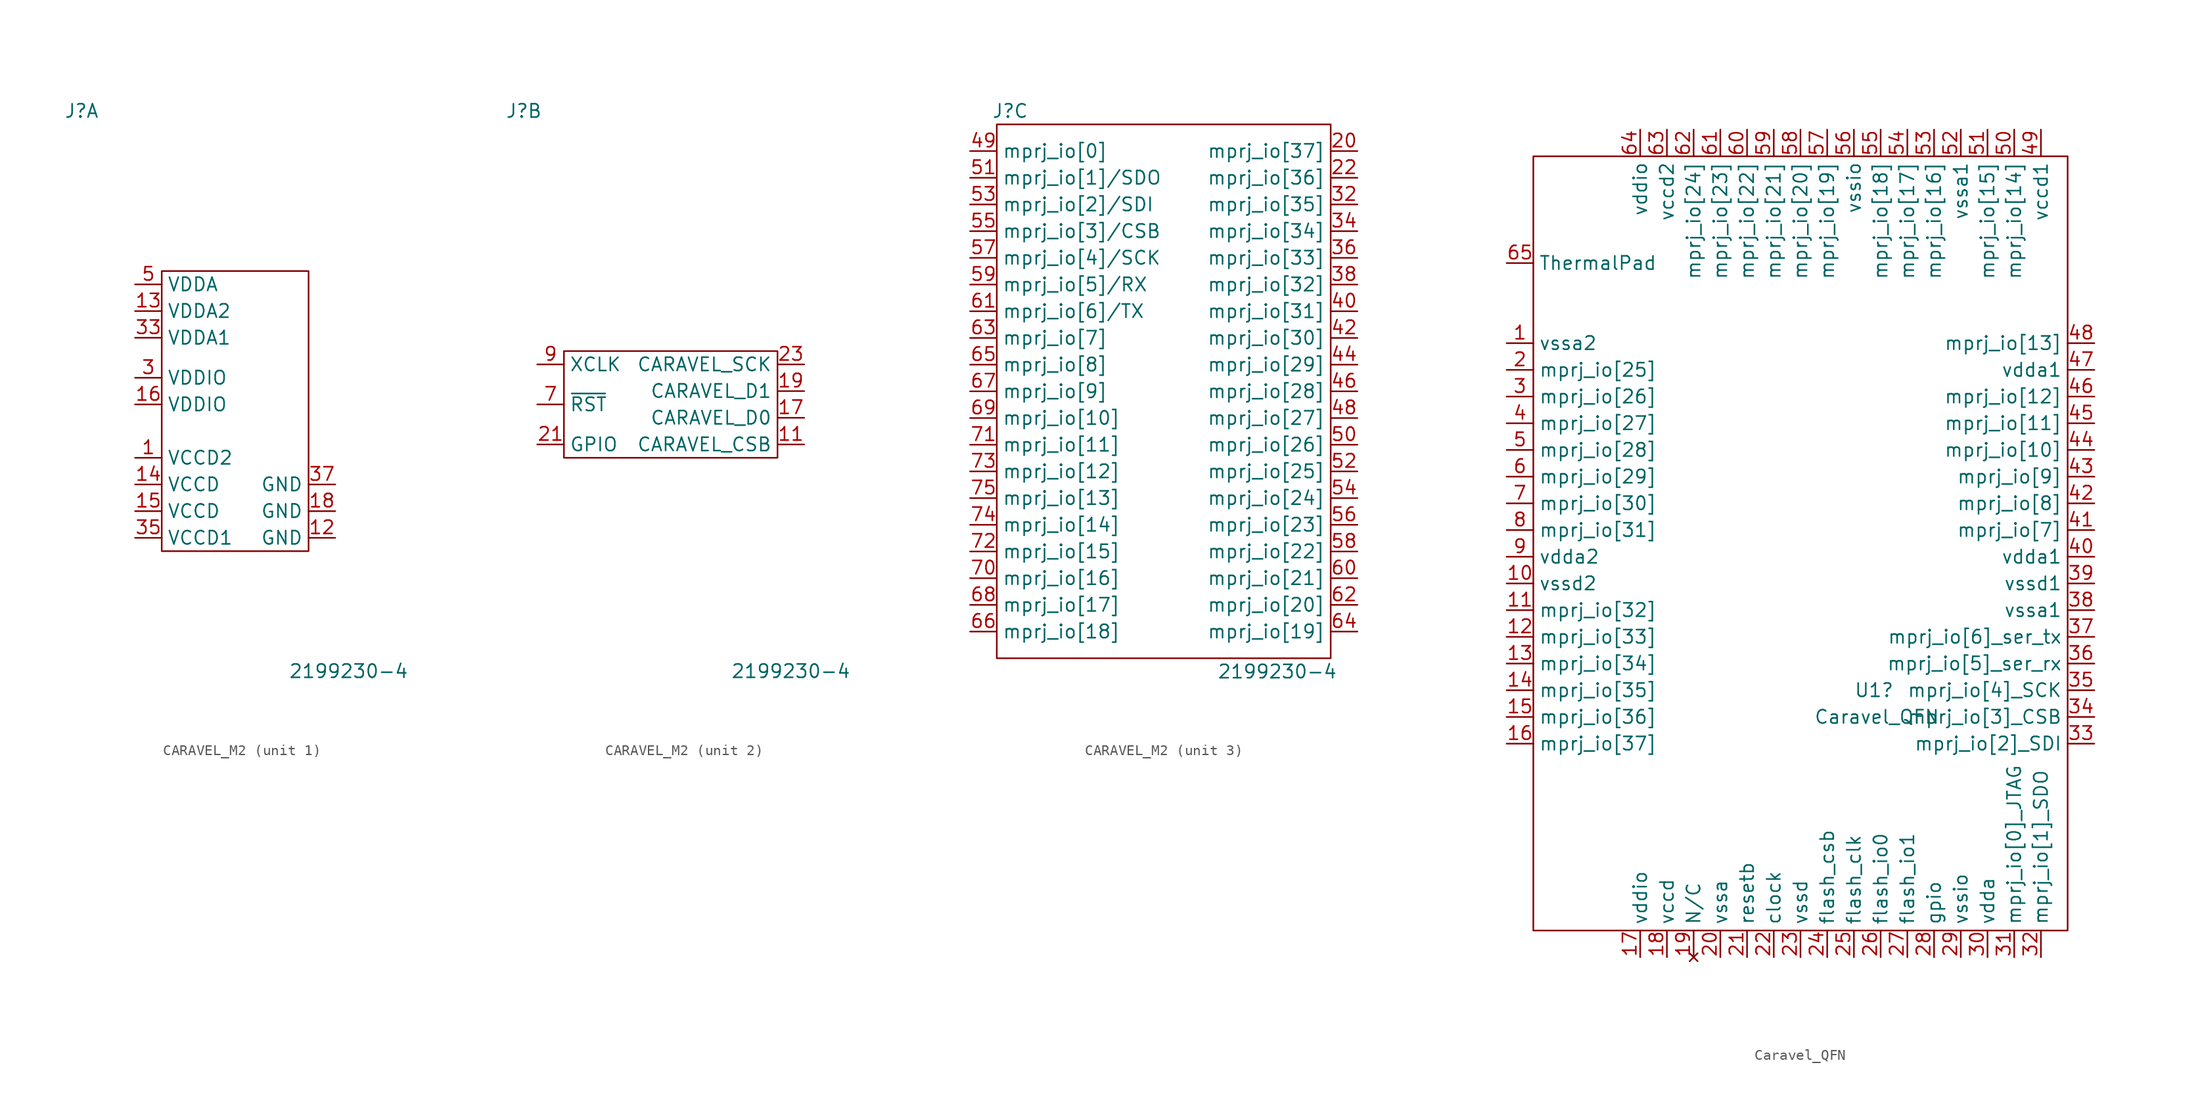
<source format=kicad_sym>
(kicad_symbol_lib
  (version 20241209)
  (generator "kicad_symbol_editor")
  (generator_version "9.0")
  (symbol "CARAVEL_M2"
    (property "Reference" "J"
      (at -15.24 25.4 0)
      (effects (font (size 1.27 1.27))))
    (property "Value" "2199230-4"
      (at 10.16 -27.94 0)
      (effects (font (size 1.27 1.27))))
    (property "ki_locked" ""
      (at 0 0 0)
      (effects (font (size 1.27 1.27))))
    (symbol "CARAVEL_M2_1_1"
      (rectangle (start -7.62 10.16) (end 6.35 -16.51) (stroke (width 0) (type default)) (fill (type none)))
      (pin power_in line (at -10.16 8.89 0) (length 2.54) (name "VDDA" (effects (font (size 1.27 1.27)))) (number "5" (effects (font (size 1.27 1.27)))))
      (pin power_in line (at -10.16 6.35 0) (length 2.54) (name "VDDA2" (effects (font (size 1.27 1.27)))) (number "13" (effects (font (size 1.27 1.27)))))
      (pin power_in line (at -10.16 3.81 0) (length 2.54) (name "VDDA1" (effects (font (size 1.27 1.27)))) (number "33" (effects (font (size 1.27 1.27)))))
      (pin power_in line (at -10.16 0 0) (length 2.54) (name "VDDIO" (effects (font (size 1.27 1.27)))) (number "3" (effects (font (size 1.27 1.27)))))
      (pin power_in line (at -10.16 -2.54 0) (length 2.54) (name "VDDIO" (effects (font (size 1.27 1.27)))) (number "16" (effects (font (size 1.27 1.27)))))
      (pin power_in line (at -10.16 -7.62 0) (length 2.54) (name "VCCD2" (effects (font (size 1.27 1.27)))) (number "1" (effects (font (size 1.27 1.27)))))
      (pin power_in line (at -10.16 -10.16 0) (length 2.54) (name "VCCD" (effects (font (size 1.27 1.27)))) (number "14" (effects (font (size 1.27 1.27)))))
      (pin power_in line (at -10.16 -12.7 0) (length 2.54) (name "VCCD" (effects (font (size 1.27 1.27)))) (number "15" (effects (font (size 1.27 1.27)))))
      (pin power_in line (at -10.16 -15.24 0) (length 2.54) (name "VCCD1" (effects (font (size 1.27 1.27)))) (number "35" (effects (font (size 1.27 1.27)))))
      (pin power_in line (at 8.89 -10.16 180) (length 2.54) (name "GND" (effects (font (size 1.27 1.27)))) (number "37" (effects (font (size 1.27 1.27)))))
      (pin power_in line (at 8.89 -12.7 180) (length 2.54) (name "GND" (effects (font (size 1.27 1.27)))) (number "18" (effects (font (size 1.27 1.27)))))
      (pin power_in line (at 8.89 -15.24 180) (length 2.54) (name "GND" (effects (font (size 1.27 1.27)))) (number "12" (effects (font (size 1.27 1.27))))))
    (symbol "CARAVEL_M2_2_1"
      (rectangle (start -11.43 2.54) (end 8.89 -7.62) (stroke (width 0) (type default)) (fill (type none)))
      (pin input line (at -13.97 1.27 0) (length 2.54) (name "XCLK" (effects (font (size 1.27 1.27)))) (number "9" (effects (font (size 1.27 1.27)))))
      (pin input line (at -13.97 -2.54 0) (length 2.54) (name "~{RST}" (effects (font (size 1.27 1.27)))) (number "7" (effects (font (size 1.27 1.27)))))
      (pin input line (at -13.97 -6.35 0) (length 2.54) (name "GPIO" (effects (font (size 1.27 1.27)))) (number "21" (effects (font (size 1.27 1.27)))))
      (pin input line (at 11.43 1.27 180) (length 2.54) (name "CARAVEL_SCK" (effects (font (size 1.27 1.27)))) (number "23" (effects (font (size 1.27 1.27)))))
      (pin bidirectional line (at 11.43 -1.27 180) (length 2.54) (name "CARAVEL_D1" (effects (font (size 1.27 1.27)))) (number "19" (effects (font (size 1.27 1.27)))))
      (pin bidirectional line (at 11.43 -3.81 180) (length 2.54) (name "CARAVEL_D0" (effects (font (size 1.27 1.27)))) (number "17" (effects (font (size 1.27 1.27)))))
      (pin input line (at 11.43 -6.35 180) (length 2.54) (name "CARAVEL_CSB" (effects (font (size 1.27 1.27)))) (number "11" (effects (font (size 1.27 1.27))))))
    (symbol "CARAVEL_M2_3_1"
      (rectangle (start -16.51 24.13) (end 15.24 -26.67) (stroke (width 0) (type default)) (fill (type none)))
      (pin bidirectional line (at -19.05 21.59 0) (length 2.54) (name "mprj_io[0]" (effects (font (size 1.27 1.27)))) (number "49" (effects (font (size 1.27 1.27)))))
      (pin bidirectional line (at -19.05 19.05 0) (length 2.54) (name "mprj_io[1]/SDO" (effects (font (size 1.27 1.27)))) (number "51" (effects (font (size 1.27 1.27)))))
      (pin bidirectional line (at -19.05 16.51 0) (length 2.54) (name "mprj_io[2]/SDI" (effects (font (size 1.27 1.27)))) (number "53" (effects (font (size 1.27 1.27)))))
      (pin bidirectional line (at -19.05 13.97 0) (length 2.54) (name "mprj_io[3]/CSB" (effects (font (size 1.27 1.27)))) (number "55" (effects (font (size 1.27 1.27)))))
      (pin bidirectional line (at -19.05 11.43 0) (length 2.54) (name "mprj_io[4]/SCK" (effects (font (size 1.27 1.27)))) (number "57" (effects (font (size 1.27 1.27)))))
      (pin bidirectional line (at -19.05 8.89 0) (length 2.54) (name "mprj_io[5]/RX" (effects (font (size 1.27 1.27)))) (number "59" (effects (font (size 1.27 1.27)))))
      (pin bidirectional line (at -19.05 6.35 0) (length 2.54) (name "mprj_io[6]/TX" (effects (font (size 1.27 1.27)))) (number "61" (effects (font (size 1.27 1.27)))))
      (pin bidirectional line (at -19.05 3.81 0) (length 2.54) (name "mprj_io[7]" (effects (font (size 1.27 1.27)))) (number "63" (effects (font (size 1.27 1.27)))))
      (pin bidirectional line (at -19.05 1.27 0) (length 2.54) (name "mprj_io[8]" (effects (font (size 1.27 1.27)))) (number "65" (effects (font (size 1.27 1.27)))))
      (pin bidirectional line (at -19.05 -1.27 0) (length 2.54) (name "mprj_io[9]" (effects (font (size 1.27 1.27)))) (number "67" (effects (font (size 1.27 1.27)))))
      (pin bidirectional line (at -19.05 -3.81 0) (length 2.54) (name "mprj_io[10]" (effects (font (size 1.27 1.27)))) (number "69" (effects (font (size 1.27 1.27)))))
      (pin bidirectional line (at -19.05 -6.35 0) (length 2.54) (name "mprj_io[11]" (effects (font (size 1.27 1.27)))) (number "71" (effects (font (size 1.27 1.27)))))
      (pin bidirectional line (at -19.05 -8.89 0) (length 2.54) (name "mprj_io[12]" (effects (font (size 1.27 1.27)))) (number "73" (effects (font (size 1.27 1.27)))))
      (pin bidirectional line (at -19.05 -11.43 0) (length 2.54) (name "mprj_io[13]" (effects (font (size 1.27 1.27)))) (number "75" (effects (font (size 1.27 1.27)))))
      (pin bidirectional line (at -19.05 -13.97 0) (length 2.54) (name "mprj_io[14]" (effects (font (size 1.27 1.27)))) (number "74" (effects (font (size 1.27 1.27)))))
      (pin bidirectional line (at -19.05 -16.51 0) (length 2.54) (name "mprj_io[15]" (effects (font (size 1.27 1.27)))) (number "72" (effects (font (size 1.27 1.27)))))
      (pin bidirectional line (at -19.05 -19.05 0) (length 2.54) (name "mprj_io[16]" (effects (font (size 1.27 1.27)))) (number "70" (effects (font (size 1.27 1.27)))))
      (pin bidirectional line (at -19.05 -21.59 0) (length 2.54) (name "mprj_io[17]" (effects (font (size 1.27 1.27)))) (number "68" (effects (font (size 1.27 1.27)))))
      (pin bidirectional line (at -19.05 -24.13 0) (length 2.54) (name "mprj_io[18]" (effects (font (size 1.27 1.27)))) (number "66" (effects (font (size 1.27 1.27)))))
      (pin bidirectional line (at 17.78 21.59 180) (length 2.54) (name "mprj_io[37]" (effects (font (size 1.27 1.27)))) (number "20" (effects (font (size 1.27 1.27)))))
      (pin bidirectional line (at 17.78 19.05 180) (length 2.54) (name "mprj_io[36]" (effects (font (size 1.27 1.27)))) (number "22" (effects (font (size 1.27 1.27)))))
      (pin bidirectional line (at 17.78 16.51 180) (length 2.54) (name "mprj_io[35]" (effects (font (size 1.27 1.27)))) (number "32" (effects (font (size 1.27 1.27)))))
      (pin bidirectional line (at 17.78 13.97 180) (length 2.54) (name "mprj_io[34]" (effects (font (size 1.27 1.27)))) (number "34" (effects (font (size 1.27 1.27)))))
      (pin bidirectional line (at 17.78 11.43 180) (length 2.54) (name "mprj_io[33]" (effects (font (size 1.27 1.27)))) (number "36" (effects (font (size 1.27 1.27)))))
      (pin bidirectional line (at 17.78 8.89 180) (length 2.54) (name "mprj_io[32]" (effects (font (size 1.27 1.27)))) (number "38" (effects (font (size 1.27 1.27)))))
      (pin bidirectional line (at 17.78 6.35 180) (length 2.54) (name "mprj_io[31]" (effects (font (size 1.27 1.27)))) (number "40" (effects (font (size 1.27 1.27)))))
      (pin bidirectional line (at 17.78 3.81 180) (length 2.54) (name "mprj_io[30]" (effects (font (size 1.27 1.27)))) (number "42" (effects (font (size 1.27 1.27)))))
      (pin bidirectional line (at 17.78 1.27 180) (length 2.54) (name "mprj_io[29]" (effects (font (size 1.27 1.27)))) (number "44" (effects (font (size 1.27 1.27)))))
      (pin bidirectional line (at 17.78 -1.27 180) (length 2.54) (name "mprj_io[28]" (effects (font (size 1.27 1.27)))) (number "46" (effects (font (size 1.27 1.27)))))
      (pin bidirectional line (at 17.78 -3.81 180) (length 2.54) (name "mprj_io[27]" (effects (font (size 1.27 1.27)))) (number "48" (effects (font (size 1.27 1.27)))))
      (pin bidirectional line (at 17.78 -6.35 180) (length 2.54) (name "mprj_io[26]" (effects (font (size 1.27 1.27)))) (number "50" (effects (font (size 1.27 1.27)))))
      (pin bidirectional line (at 17.78 -8.89 180) (length 2.54) (name "mprj_io[25]" (effects (font (size 1.27 1.27)))) (number "52" (effects (font (size 1.27 1.27)))))
      (pin bidirectional line (at 17.78 -11.43 180) (length 2.54) (name "mprj_io[24]" (effects (font (size 1.27 1.27)))) (number "54" (effects (font (size 1.27 1.27)))))
      (pin bidirectional line (at 17.78 -13.97 180) (length 2.54) (name "mprj_io[23]" (effects (font (size 1.27 1.27)))) (number "56" (effects (font (size 1.27 1.27)))))
      (pin bidirectional line (at 17.78 -16.51 180) (length 2.54) (name "mprj_io[22]" (effects (font (size 1.27 1.27)))) (number "58" (effects (font (size 1.27 1.27)))))
      (pin bidirectional line (at 17.78 -19.05 180) (length 2.54) (name "mprj_io[21]" (effects (font (size 1.27 1.27)))) (number "60" (effects (font (size 1.27 1.27)))))
      (pin bidirectional line (at 17.78 -21.59 180) (length 2.54) (name "mprj_io[20]" (effects (font (size 1.27 1.27)))) (number "62" (effects (font (size 1.27 1.27)))))
      (pin bidirectional line (at 17.78 -24.13 180) (length 2.54) (name "mprj_io[19]" (effects (font (size 1.27 1.27)))) (number "64" (effects (font (size 1.27 1.27)))))))
  (symbol "Caravel_QFN"
    (property "Reference" "U1"
      (at 3.81 -10.16 0)
      (effects (font (size 1.27 1.27)) (justify left)))
    (property "Value" "Caravel_QFN"
      (at 0 -12.7 0)
      (effects (font (size 1.27 1.27)) (justify left)))
    (symbol "Caravel_QFN_0_1"
      (rectangle (start -26.67 40.64) (end 24.13 -33.02) (stroke (width 0) (type default)) (fill (type none))))
    (symbol "Caravel_QFN_1_1"
      (pin power_in line (at -29.21 30.48 0) (length 2.54) (name "ThermalPad" (effects (font (size 1.27 1.27)))) (number "65" (effects (font (size 1.27 1.27)))))
      (pin power_in line (at -29.21 22.86 0) (length 2.54) (name "vssa2" (effects (font (size 1.27 1.27)))) (number "1" (effects (font (size 1.27 1.27)))))
      (pin bidirectional line (at -29.21 20.32 0) (length 2.54) (name "mprj_io[25]" (effects (font (size 1.27 1.27)))) (number "2" (effects (font (size 1.27 1.27)))))
      (pin bidirectional line (at -29.21 17.78 0) (length 2.54) (name "mprj_io[26]" (effects (font (size 1.27 1.27)))) (number "3" (effects (font (size 1.27 1.27)))))
      (pin bidirectional line (at -29.21 15.24 0) (length 2.54) (name "mprj_io[27]" (effects (font (size 1.27 1.27)))) (number "4" (effects (font (size 1.27 1.27)))))
      (pin bidirectional line (at -29.21 12.7 0) (length 2.54) (name "mprj_io[28]" (effects (font (size 1.27 1.27)))) (number "5" (effects (font (size 1.27 1.27)))))
      (pin bidirectional line (at -29.21 10.16 0) (length 2.54) (name "mprj_io[29]" (effects (font (size 1.27 1.27)))) (number "6" (effects (font (size 1.27 1.27)))))
      (pin bidirectional line (at -29.21 7.62 0) (length 2.54) (name "mprj_io[30]" (effects (font (size 1.27 1.27)))) (number "7" (effects (font (size 1.27 1.27)))))
      (pin bidirectional line (at -29.21 5.08 0) (length 2.54) (name "mprj_io[31]" (effects (font (size 1.27 1.27)))) (number "8" (effects (font (size 1.27 1.27)))))
      (pin power_in line (at -29.21 2.54 0) (length 2.54) (name "vdda2" (effects (font (size 1.27 1.27)))) (number "9" (effects (font (size 1.27 1.27)))))
      (pin power_in line (at -29.21 0 0) (length 2.54) (name "vssd2" (effects (font (size 1.27 1.27)))) (number "10" (effects (font (size 1.27 1.27)))))
      (pin bidirectional line (at -29.21 -2.54 0) (length 2.54) (name "mprj_io[32]" (effects (font (size 1.27 1.27)))) (number "11" (effects (font (size 1.27 1.27)))))
      (pin bidirectional line (at -29.21 -5.08 0) (length 2.54) (name "mprj_io[33]" (effects (font (size 1.27 1.27)))) (number "12" (effects (font (size 1.27 1.27)))))
      (pin bidirectional line (at -29.21 -7.62 0) (length 2.54) (name "mprj_io[34]" (effects (font (size 1.27 1.27)))) (number "13" (effects (font (size 1.27 1.27)))))
      (pin bidirectional line (at -29.21 -10.16 0) (length 2.54) (name "mprj_io[35]" (effects (font (size 1.27 1.27)))) (number "14" (effects (font (size 1.27 1.27)))))
      (pin bidirectional line (at -29.21 -12.7 0) (length 2.54) (name "mprj_io[36]" (effects (font (size 1.27 1.27)))) (number "15" (effects (font (size 1.27 1.27)))))
      (pin bidirectional line (at -29.21 -15.24 0) (length 2.54) (name "mprj_io[37]" (effects (font (size 1.27 1.27)))) (number "16" (effects (font (size 1.27 1.27)))))
      (pin power_in line (at -16.51 43.18 270) (length 2.54) (name "vddio" (effects (font (size 1.27 1.27)))) (number "64" (effects (font (size 1.27 1.27)))))
      (pin power_in line (at -16.51 -35.56 90) (length 2.54) (name "vddio" (effects (font (size 1.27 1.27)))) (number "17" (effects (font (size 1.27 1.27)))))
      (pin power_in line (at -13.97 43.18 270) (length 2.54) (name "vccd2" (effects (font (size 1.27 1.27)))) (number "63" (effects (font (size 1.27 1.27)))))
      (pin power_in line (at -13.97 -35.56 90) (length 2.54) (name "vccd" (effects (font (size 1.27 1.27)))) (number "18" (effects (font (size 1.27 1.27)))))
      (pin bidirectional line (at -11.43 43.18 270) (length 2.54) (name "mprj_io[24]" (effects (font (size 1.27 1.27)))) (number "62" (effects (font (size 1.27 1.27)))))
      (pin no_connect line (at -11.43 -35.56 90) (length 2.54) (name "N/C" (effects (font (size 1.27 1.27)))) (number "19" (effects (font (size 1.27 1.27)))))
      (pin bidirectional line (at -8.89 43.18 270) (length 2.54) (name "mprj_io[23]" (effects (font (size 1.27 1.27)))) (number "61" (effects (font (size 1.27 1.27)))))
      (pin power_in line (at -8.89 -35.56 90) (length 2.54) (name "vssa" (effects (font (size 1.27 1.27)))) (number "20" (effects (font (size 1.27 1.27)))))
      (pin bidirectional line (at -6.35 43.18 270) (length 2.54) (name "mprj_io[22]" (effects (font (size 1.27 1.27)))) (number "60" (effects (font (size 1.27 1.27)))))
      (pin input line (at -6.35 -35.56 90) (length 2.54) (name "resetb" (effects (font (size 1.27 1.27)))) (number "21" (effects (font (size 1.27 1.27)))))
      (pin bidirectional line (at -3.81 43.18 270) (length 2.54) (name "mprj_io[21]" (effects (font (size 1.27 1.27)))) (number "59" (effects (font (size 1.27 1.27)))))
      (pin input line (at -3.81 -35.56 90) (length 2.54) (name "clock" (effects (font (size 1.27 1.27)))) (number "22" (effects (font (size 1.27 1.27)))))
      (pin bidirectional line (at -1.27 43.18 270) (length 2.54) (name "mprj_io[20]" (effects (font (size 1.27 1.27)))) (number "58" (effects (font (size 1.27 1.27)))))
      (pin power_in line (at -1.27 -35.56 90) (length 2.54) (name "vssd" (effects (font (size 1.27 1.27)))) (number "23" (effects (font (size 1.27 1.27)))))
      (pin bidirectional line (at 1.27 43.18 270) (length 2.54) (name "mprj_io[19]" (effects (font (size 1.27 1.27)))) (number "57" (effects (font (size 1.27 1.27)))))
      (pin output line (at 1.27 -35.56 90) (length 2.54) (name "flash_csb" (effects (font (size 1.27 1.27)))) (number "24" (effects (font (size 1.27 1.27)))))
      (pin power_in line (at 3.81 43.18 270) (length 2.54) (name "vssio" (effects (font (size 1.27 1.27)))) (number "56" (effects (font (size 1.27 1.27)))))
      (pin output line (at 3.81 -35.56 90) (length 2.54) (name "flash_clk" (effects (font (size 1.27 1.27)))) (number "25" (effects (font (size 1.27 1.27)))))
      (pin bidirectional line (at 6.35 43.18 270) (length 2.54) (name "mprj_io[18]" (effects (font (size 1.27 1.27)))) (number "55" (effects (font (size 1.27 1.27)))))
      (pin bidirectional line (at 6.35 -35.56 90) (length 2.54) (name "flash_io0" (effects (font (size 1.27 1.27)))) (number "26" (effects (font (size 1.27 1.27)))))
      (pin bidirectional line (at 8.89 43.18 270) (length 2.54) (name "mprj_io[17]" (effects (font (size 1.27 1.27)))) (number "54" (effects (font (size 1.27 1.27)))))
      (pin bidirectional line (at 8.89 -35.56 90) (length 2.54) (name "flash_io1" (effects (font (size 1.27 1.27)))) (number "27" (effects (font (size 1.27 1.27)))))
      (pin bidirectional line (at 11.43 43.18 270) (length 2.54) (name "mprj_io[16]" (effects (font (size 1.27 1.27)))) (number "53" (effects (font (size 1.27 1.27)))))
      (pin bidirectional line (at 11.43 -35.56 90) (length 2.54) (name "gpio" (effects (font (size 1.27 1.27)))) (number "28" (effects (font (size 1.27 1.27)))))
      (pin power_in line (at 13.97 43.18 270) (length 2.54) (name "vssa1" (effects (font (size 1.27 1.27)))) (number "52" (effects (font (size 1.27 1.27)))))
      (pin power_in line (at 13.97 -35.56 90) (length 2.54) (name "vssio" (effects (font (size 1.27 1.27)))) (number "29" (effects (font (size 1.27 1.27)))))
      (pin bidirectional line (at 16.51 43.18 270) (length 2.54) (name "mprj_io[15]" (effects (font (size 1.27 1.27)))) (number "51" (effects (font (size 1.27 1.27)))))
      (pin power_in line (at 16.51 -35.56 90) (length 2.54) (name "vdda" (effects (font (size 1.27 1.27)))) (number "30" (effects (font (size 1.27 1.27)))))
      (pin bidirectional line (at 19.05 43.18 270) (length 2.54) (name "mprj_io[14]" (effects (font (size 1.27 1.27)))) (number "50" (effects (font (size 1.27 1.27)))))
      (pin bidirectional line (at 19.05 -35.56 90) (length 2.54) (name "mprj_io[0]_JTAG" (effects (font (size 1.27 1.27)))) (number "31" (effects (font (size 1.27 1.27)))))
      (pin power_in line (at 21.59 43.18 270) (length 2.54) (name "vccd1" (effects (font (size 1.27 1.27)))) (number "49" (effects (font (size 1.27 1.27)))))
      (pin bidirectional line (at 21.59 -35.56 90) (length 2.54) (name "mprj_io[1]_SDO" (effects (font (size 1.27 1.27)))) (number "32" (effects (font (size 1.27 1.27)))))
      (pin bidirectional line (at 26.67 22.86 180) (length 2.54) (name "mprj_io[13]" (effects (font (size 1.27 1.27)))) (number "48" (effects (font (size 1.27 1.27)))))
      (pin power_in line (at 26.67 20.32 180) (length 2.54) (name "vdda1" (effects (font (size 1.27 1.27)))) (number "47" (effects (font (size 1.27 1.27)))))
      (pin bidirectional line (at 26.67 17.78 180) (length 2.54) (name "mprj_io[12]" (effects (font (size 1.27 1.27)))) (number "46" (effects (font (size 1.27 1.27)))))
      (pin bidirectional line (at 26.67 15.24 180) (length 2.54) (name "mprj_io[11]" (effects (font (size 1.27 1.27)))) (number "45" (effects (font (size 1.27 1.27)))))
      (pin bidirectional line (at 26.67 12.7 180) (length 2.54) (name "mprj_io[10]" (effects (font (size 1.27 1.27)))) (number "44" (effects (font (size 1.27 1.27)))))
      (pin bidirectional line (at 26.67 10.16 180) (length 2.54) (name "mprj_io[9]" (effects (font (size 1.27 1.27)))) (number "43" (effects (font (size 1.27 1.27)))))
      (pin bidirectional line (at 26.67 7.62 180) (length 2.54) (name "mprj_io[8]" (effects (font (size 1.27 1.27)))) (number "42" (effects (font (size 1.27 1.27)))))
      (pin bidirectional line (at 26.67 5.08 180) (length 2.54) (name "mprj_io[7]" (effects (font (size 1.27 1.27)))) (number "41" (effects (font (size 1.27 1.27)))))
      (pin power_in line (at 26.67 2.54 180) (length 2.54) (name "vdda1" (effects (font (size 1.27 1.27)))) (number "40" (effects (font (size 1.27 1.27)))))
      (pin power_in line (at 26.67 0 180) (length 2.54) (name "vssd1" (effects (font (size 1.27 1.27)))) (number "39" (effects (font (size 1.27 1.27)))))
      (pin power_in line (at 26.67 -2.54 180) (length 2.54) (name "vssa1" (effects (font (size 1.27 1.27)))) (number "38" (effects (font (size 1.27 1.27)))))
      (pin bidirectional line (at 26.67 -5.08 180) (length 2.54) (name "mprj_io[6]_ser_tx" (effects (font (size 1.27 1.27)))) (number "37" (effects (font (size 1.27 1.27)))))
      (pin bidirectional line (at 26.67 -7.62 180) (length 2.54) (name "mprj_io[5]_ser_rx" (effects (font (size 1.27 1.27)))) (number "36" (effects (font (size 1.27 1.27)))))
      (pin bidirectional line (at 26.67 -10.16 180) (length 2.54) (name "mprj_io[4]_SCK" (effects (font (size 1.27 1.27)))) (number "35" (effects (font (size 1.27 1.27)))))
      (pin bidirectional line (at 26.67 -12.7 180) (length 2.54) (name "mprj_io[3]_CSB" (effects (font (size 1.27 1.27)))) (number "34" (effects (font (size 1.27 1.27)))))
      (pin bidirectional line (at 26.67 -15.24 180) (length 2.54) (name "mprj_io[2]_SDI" (effects (font (size 1.27 1.27)))) (number "33" (effects (font (size 1.27 1.27))))))))
</source>
